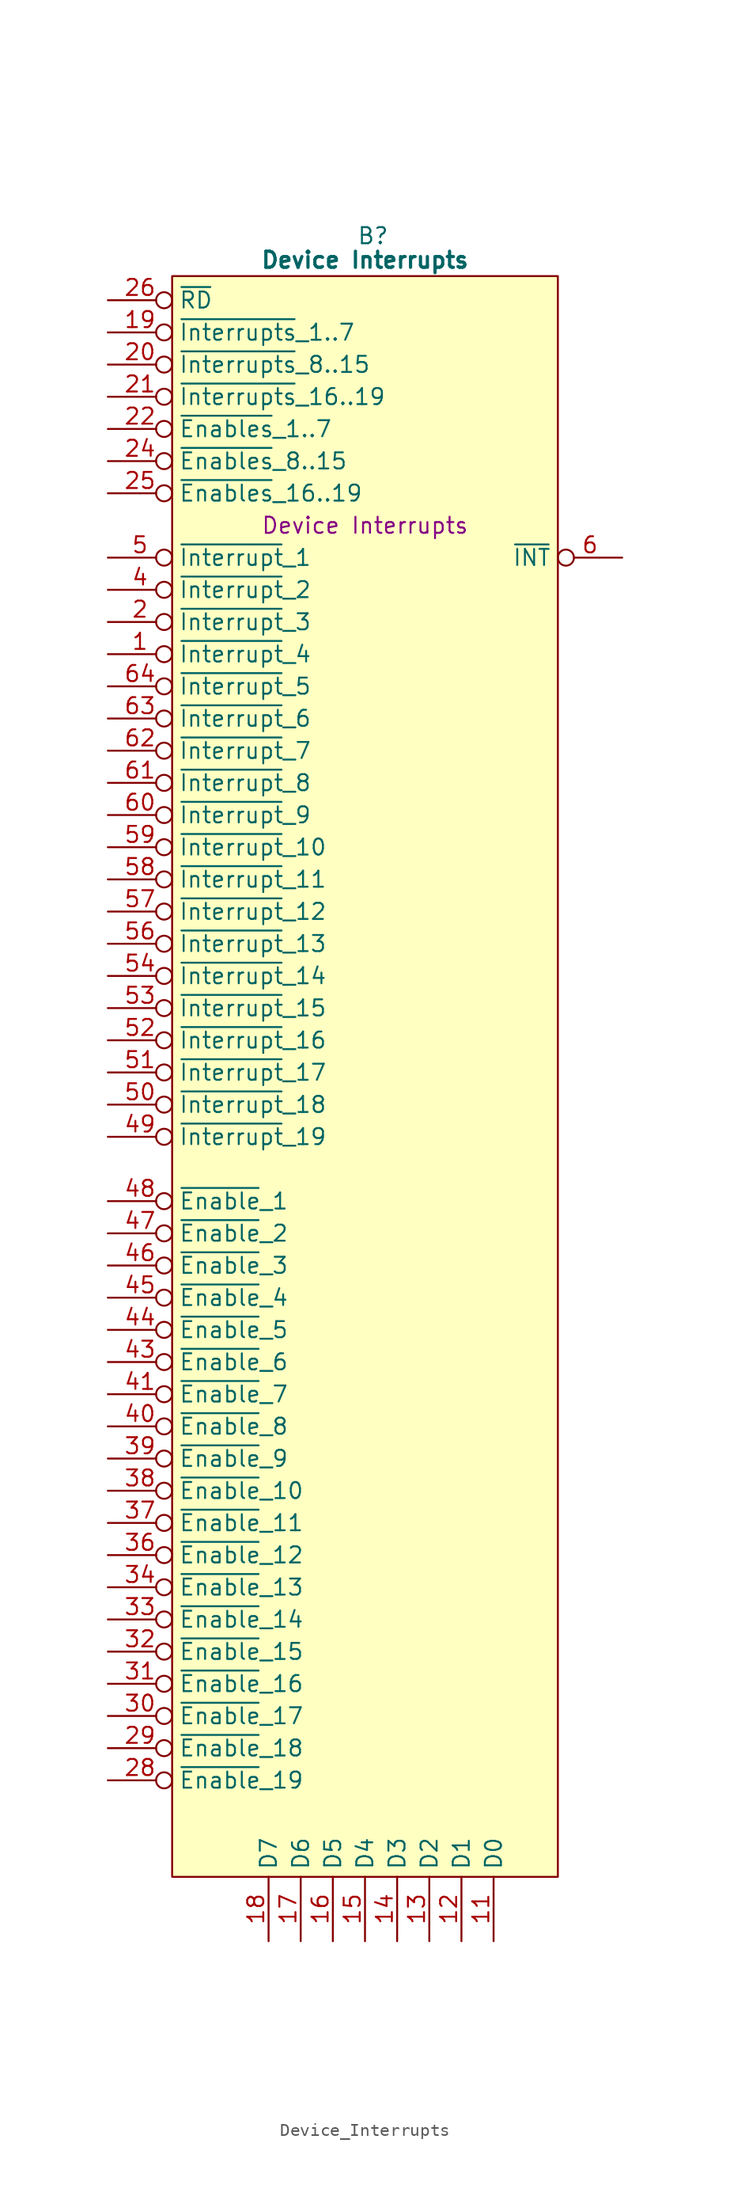
<source format=kicad_sym>
(kicad_symbol_lib
  (version 20220914)
  (generator kicad_symbol_editor)
  (symbol "Device_Interrupts"
    (property "Reference" "B"
      (at 15.875 5.08 0)
      (effects (font (size 1.27 1.27))))
    (property "Value" "Device Interrupts"
      (at 15.24 3.175 0)
      (effects (font (size 1.27 1.27) bold)))
    (property "Description" "Device Interrupts"
      (at 15.24 -17.78 0)
      (effects (font (size 1.27 1.27))))
    (symbol "Device_Interrupts_0_1"
      (polyline (pts (xy 0 1.905) (xy 30.48 1.905) (xy 30.48 -124.46) (xy 0 -124.46) (xy 0 1.905)) (stroke (width 0.152) (type default)) (fill (type background))))
    (symbol "Device_Interrupts_1_0"
      (pin input inverted (at -5.08 -106.68 0) (length 5.08) (name "~{Enable}_15" (effects (font (size 1.27 1.27)))) (number "32" (effects (font (size 1.27 1.27)))))
      (pin input inverted (at -5.08 -104.14 0) (length 5.08) (name "~{Enable}_14" (effects (font (size 1.27 1.27)))) (number "33" (effects (font (size 1.27 1.27)))))
      (pin input inverted (at -5.08 -101.6 0) (length 5.08) (name "~{Enable}_13" (effects (font (size 1.27 1.27)))) (number "34" (effects (font (size 1.27 1.27)))))
      (pin input inverted (at -5.08 -99.06 0) (length 5.08) (name "~{Enable}_12" (effects (font (size 1.27 1.27)))) (number "36" (effects (font (size 1.27 1.27)))))
      (pin input inverted (at -5.08 -96.52 0) (length 5.08) (name "~{Enable}_11" (effects (font (size 1.27 1.27)))) (number "37" (effects (font (size 1.27 1.27)))))
      (pin input inverted (at -5.08 -93.98 0) (length 5.08) (name "~{Enable}_10" (effects (font (size 1.27 1.27)))) (number "38" (effects (font (size 1.27 1.27)))))
      (pin input inverted (at -5.08 -91.44 0) (length 5.08) (name "~{Enable}_9" (effects (font (size 1.27 1.27)))) (number "39" (effects (font (size 1.27 1.27)))))
      (pin input inverted (at -5.08 -78.74 0) (length 5.08) (name "~{Enable}_4" (effects (font (size 1.27 1.27)))) (number "45" (effects (font (size 1.27 1.27)))))
      (pin input inverted (at -5.08 -53.34 0) (length 5.08) (name "~{Interrupt}_14" (effects (font (size 1.27 1.27)))) (number "54" (effects (font (size 1.27 1.27)))))
      (pin input inverted (at -5.08 -50.8 0) (length 5.08) (name "~{Interrupt}_13" (effects (font (size 1.27 1.27)))) (number "56" (effects (font (size 1.27 1.27)))))
      (pin input inverted (at -5.08 -48.26 0) (length 5.08) (name "~{Interrupt}_12" (effects (font (size 1.27 1.27)))) (number "57" (effects (font (size 1.27 1.27)))))
      (pin input inverted (at -5.08 -45.72 0) (length 5.08) (name "~{Interrupt}_11" (effects (font (size 1.27 1.27)))) (number "58" (effects (font (size 1.27 1.27)))))
      (pin input inverted (at -5.08 -43.18 0) (length 5.08) (name "~{Interrupt}_10" (effects (font (size 1.27 1.27)))) (number "59" (effects (font (size 1.27 1.27)))))
      (pin input inverted (at -5.08 -40.64 0) (length 5.08) (name "~{Interrupt}_9" (effects (font (size 1.27 1.27)))) (number "60" (effects (font (size 1.27 1.27)))))
      (pin input inverted (at -5.08 -38.1 0) (length 5.08) (name "~{Interrupt}_8" (effects (font (size 1.27 1.27)))) (number "61" (effects (font (size 1.27 1.27))))))
    (symbol "Device_Interrupts_1_1"
      (pin input inverted (at -5.08 -27.94 0) (length 5.08) (name "~{Interrupt}_4" (effects (font (size 1.27 1.27)))) (number "1" (effects (font (size 1.27 1.27)))))
      (pin passive line (at 35.56 0 180) (length 5.08) hide (name "GND" (effects (font (size 1.27 1.27)))) (number "10" (effects (font (size 1.27 1.27)))))
      (pin tri_state line (at 25.4 -129.54 90) (length 5.08) (name "D0" (effects (font (size 1.27 1.27)))) (number "11" (effects (font (size 1.27 1.27)))))
      (pin tri_state line (at 22.86 -129.54 90) (length 5.08) (name "D1" (effects (font (size 1.27 1.27)))) (number "12" (effects (font (size 1.27 1.27)))))
      (pin tri_state line (at 20.32 -129.54 90) (length 5.08) (name "D2" (effects (font (size 1.27 1.27)))) (number "13" (effects (font (size 1.27 1.27)))))
      (pin tri_state line (at 17.78 -129.54 90) (length 5.08) (name "D3" (effects (font (size 1.27 1.27)))) (number "14" (effects (font (size 1.27 1.27)))))
      (pin tri_state line (at 15.24 -129.54 90) (length 5.08) (name "D4" (effects (font (size 1.27 1.27)))) (number "15" (effects (font (size 1.27 1.27)))))
      (pin tri_state line (at 12.7 -129.54 90) (length 5.08) (name "D5" (effects (font (size 1.27 1.27)))) (number "16" (effects (font (size 1.27 1.27)))))
      (pin tri_state line (at 10.16 -129.54 90) (length 5.08) (name "D6" (effects (font (size 1.27 1.27)))) (number "17" (effects (font (size 1.27 1.27)))))
      (pin tri_state line (at 7.62 -129.54 90) (length 5.08) (name "D7" (effects (font (size 1.27 1.27)))) (number "18" (effects (font (size 1.27 1.27)))))
      (pin input inverted (at -5.08 -2.54 0) (length 5.08) (name "~{Interrupts}_1..7" (effects (font (size 1.27 1.27)))) (number "19" (effects (font (size 1.27 1.27)))))
      (pin input inverted (at -5.08 -25.4 0) (length 5.08) (name "~{Interrupt}_3" (effects (font (size 1.27 1.27)))) (number "2" (effects (font (size 1.27 1.27)))))
      (pin input inverted (at -5.08 -5.08 0) (length 5.08) (name "~{Interrupts}_8..15" (effects (font (size 1.27 1.27)))) (number "20" (effects (font (size 1.27 1.27)))))
      (pin input inverted (at -5.08 -7.62 0) (length 5.08) (name "~{Interrupts}_16..19" (effects (font (size 1.27 1.27)))) (number "21" (effects (font (size 1.27 1.27)))))
      (pin input inverted (at -5.08 -10.16 0) (length 5.08) (name "~{Enables}_1..7" (effects (font (size 1.27 1.27)))) (number "22" (effects (font (size 1.27 1.27)))))
      (pin passive line (at 35.56 -2.54 180) (length 5.08) hide (name "GND" (effects (font (size 1.27 1.27)))) (number "23" (effects (font (size 1.27 1.27)))))
      (pin input inverted (at -5.08 -12.7 0) (length 5.08) (name "~{Enables}_8..15" (effects (font (size 1.27 1.27)))) (number "24" (effects (font (size 1.27 1.27)))))
      (pin input inverted (at -5.08 -15.24 0) (length 5.08) (name "~{Enables}_16..19" (effects (font (size 1.27 1.27)))) (number "25" (effects (font (size 1.27 1.27)))))
      (pin input inverted (at -5.08 0 0) (length 5.08) (name "~{RD}" (effects (font (size 1.27 1.27)))) (number "26" (effects (font (size 1.27 1.27)))))
      (pin no_connect line (at 35.56 -17.78 180) (length 5.08) hide (name "N.C." (effects (font (size 1.27 1.27)))) (number "27" (effects (font (size 1.27 1.27)))))
      (pin input inverted (at -5.08 -116.84 0) (length 5.08) (name "~{Enable}_19" (effects (font (size 1.27 1.27)))) (number "28" (effects (font (size 1.27 1.27)))))
      (pin input inverted (at -5.08 -114.3 0) (length 5.08) (name "~{Enable}_18" (effects (font (size 1.27 1.27)))) (number "29" (effects (font (size 1.27 1.27)))))
      (pin passive line (at -5.08 -119.38 0) (length 5.08) hide (name "5V" (effects (font (size 1.27 1.27)))) (number "3" (effects (font (size 1.27 1.27)))))
      (pin input inverted (at -5.08 -111.76 0) (length 5.08) (name "~{Enable}_17" (effects (font (size 1.27 1.27)))) (number "30" (effects (font (size 1.27 1.27)))))
      (pin input inverted (at -5.08 -109.22 0) (length 5.08) (name "~{Enable}_16" (effects (font (size 1.27 1.27)))) (number "31" (effects (font (size 1.27 1.27)))))
      (pin passive line (at -5.08 -121.92 0) (length 5.08) hide (name "5V" (effects (font (size 1.27 1.27)))) (number "35" (effects (font (size 1.27 1.27)))))
      (pin input inverted (at -5.08 -22.86 0) (length 5.08) (name "~{Interrupt}_2" (effects (font (size 1.27 1.27)))) (number "4" (effects (font (size 1.27 1.27)))))
      (pin input inverted (at -5.08 -88.9 0) (length 5.08) (name "~{Enable}_8" (effects (font (size 1.27 1.27)))) (number "40" (effects (font (size 1.27 1.27)))))
      (pin input inverted (at -5.08 -86.36 0) (length 5.08) (name "~{Enable}_7" (effects (font (size 1.27 1.27)))) (number "41" (effects (font (size 1.27 1.27)))))
      (pin passive line (at 35.56 -5.08 180) (length 5.08) hide (name "GND" (effects (font (size 1.27 1.27)))) (number "42" (effects (font (size 1.27 1.27)))))
      (pin input inverted (at -5.08 -83.82 0) (length 5.08) (name "~{Enable}_6" (effects (font (size 1.27 1.27)))) (number "43" (effects (font (size 1.27 1.27)))))
      (pin input inverted (at -5.08 -81.28 0) (length 5.08) (name "~{Enable}_5" (effects (font (size 1.27 1.27)))) (number "44" (effects (font (size 1.27 1.27)))))
      (pin input inverted (at -5.08 -76.2 0) (length 5.08) (name "~{Enable}_3" (effects (font (size 1.27 1.27)))) (number "46" (effects (font (size 1.27 1.27)))))
      (pin input inverted (at -5.08 -73.66 0) (length 5.08) (name "~{Enable}_2" (effects (font (size 1.27 1.27)))) (number "47" (effects (font (size 1.27 1.27)))))
      (pin input inverted (at -5.08 -71.12 0) (length 5.08) (name "~{Enable}_1" (effects (font (size 1.27 1.27)))) (number "48" (effects (font (size 1.27 1.27)))))
      (pin input inverted (at -5.08 -66.04 0) (length 5.08) (name "~{Interrupt}_19" (effects (font (size 1.27 1.27)))) (number "49" (effects (font (size 1.27 1.27)))))
      (pin input inverted (at -5.08 -20.32 0) (length 5.08) (name "~{Interrupt}_1" (effects (font (size 1.27 1.27)))) (number "5" (effects (font (size 1.27 1.27)))))
      (pin input inverted (at -5.08 -63.5 0) (length 5.08) (name "~{Interrupt}_18" (effects (font (size 1.27 1.27)))) (number "50" (effects (font (size 1.27 1.27)))))
      (pin input inverted (at -5.08 -60.96 0) (length 5.08) (name "~{Interrupt}_17" (effects (font (size 1.27 1.27)))) (number "51" (effects (font (size 1.27 1.27)))))
      (pin input inverted (at -5.08 -58.42 0) (length 5.08) (name "~{Interrupt}_16" (effects (font (size 1.27 1.27)))) (number "52" (effects (font (size 1.27 1.27)))))
      (pin input inverted (at -5.08 -55.88 0) (length 5.08) (name "~{Interrupt}_15" (effects (font (size 1.27 1.27)))) (number "53" (effects (font (size 1.27 1.27)))))
      (pin passive line (at 35.56 -7.62 180) (length 5.08) hide (name "GND" (effects (font (size 1.27 1.27)))) (number "55" (effects (font (size 1.27 1.27)))))
      (pin output inverted (at 35.56 -20.32 180) (length 5.08) (name "~{INT}" (effects (font (size 1.27 1.27)))) (number "6" (effects (font (size 1.27 1.27)))))
      (pin input inverted (at -5.08 -35.56 0) (length 5.08) (name "~{Interrupt}_7" (effects (font (size 1.27 1.27)))) (number "62" (effects (font (size 1.27 1.27)))))
      (pin input inverted (at -5.08 -33.02 0) (length 5.08) (name "~{Interrupt}_6" (effects (font (size 1.27 1.27)))) (number "63" (effects (font (size 1.27 1.27)))))
      (pin input inverted (at -5.08 -30.48 0) (length 5.08) (name "~{Interrupt}_5" (effects (font (size 1.27 1.27)))) (number "64" (effects (font (size 1.27 1.27)))))
      (pin no_connect line (at 35.56 -10.16 180) (length 5.08) hide (name "N.C." (effects (font (size 1.27 1.27)))) (number "7" (effects (font (size 1.27 1.27)))))
      (pin no_connect line (at 35.56 -12.7 180) (length 5.08) hide (name "N.C." (effects (font (size 1.27 1.27)))) (number "8" (effects (font (size 1.27 1.27)))))
      (pin no_connect line (at 35.56 -15.24 180) (length 5.08) hide (name "N.C." (effects (font (size 1.27 1.27)))) (number "9" (effects (font (size 1.27 1.27))))))))
</source>
